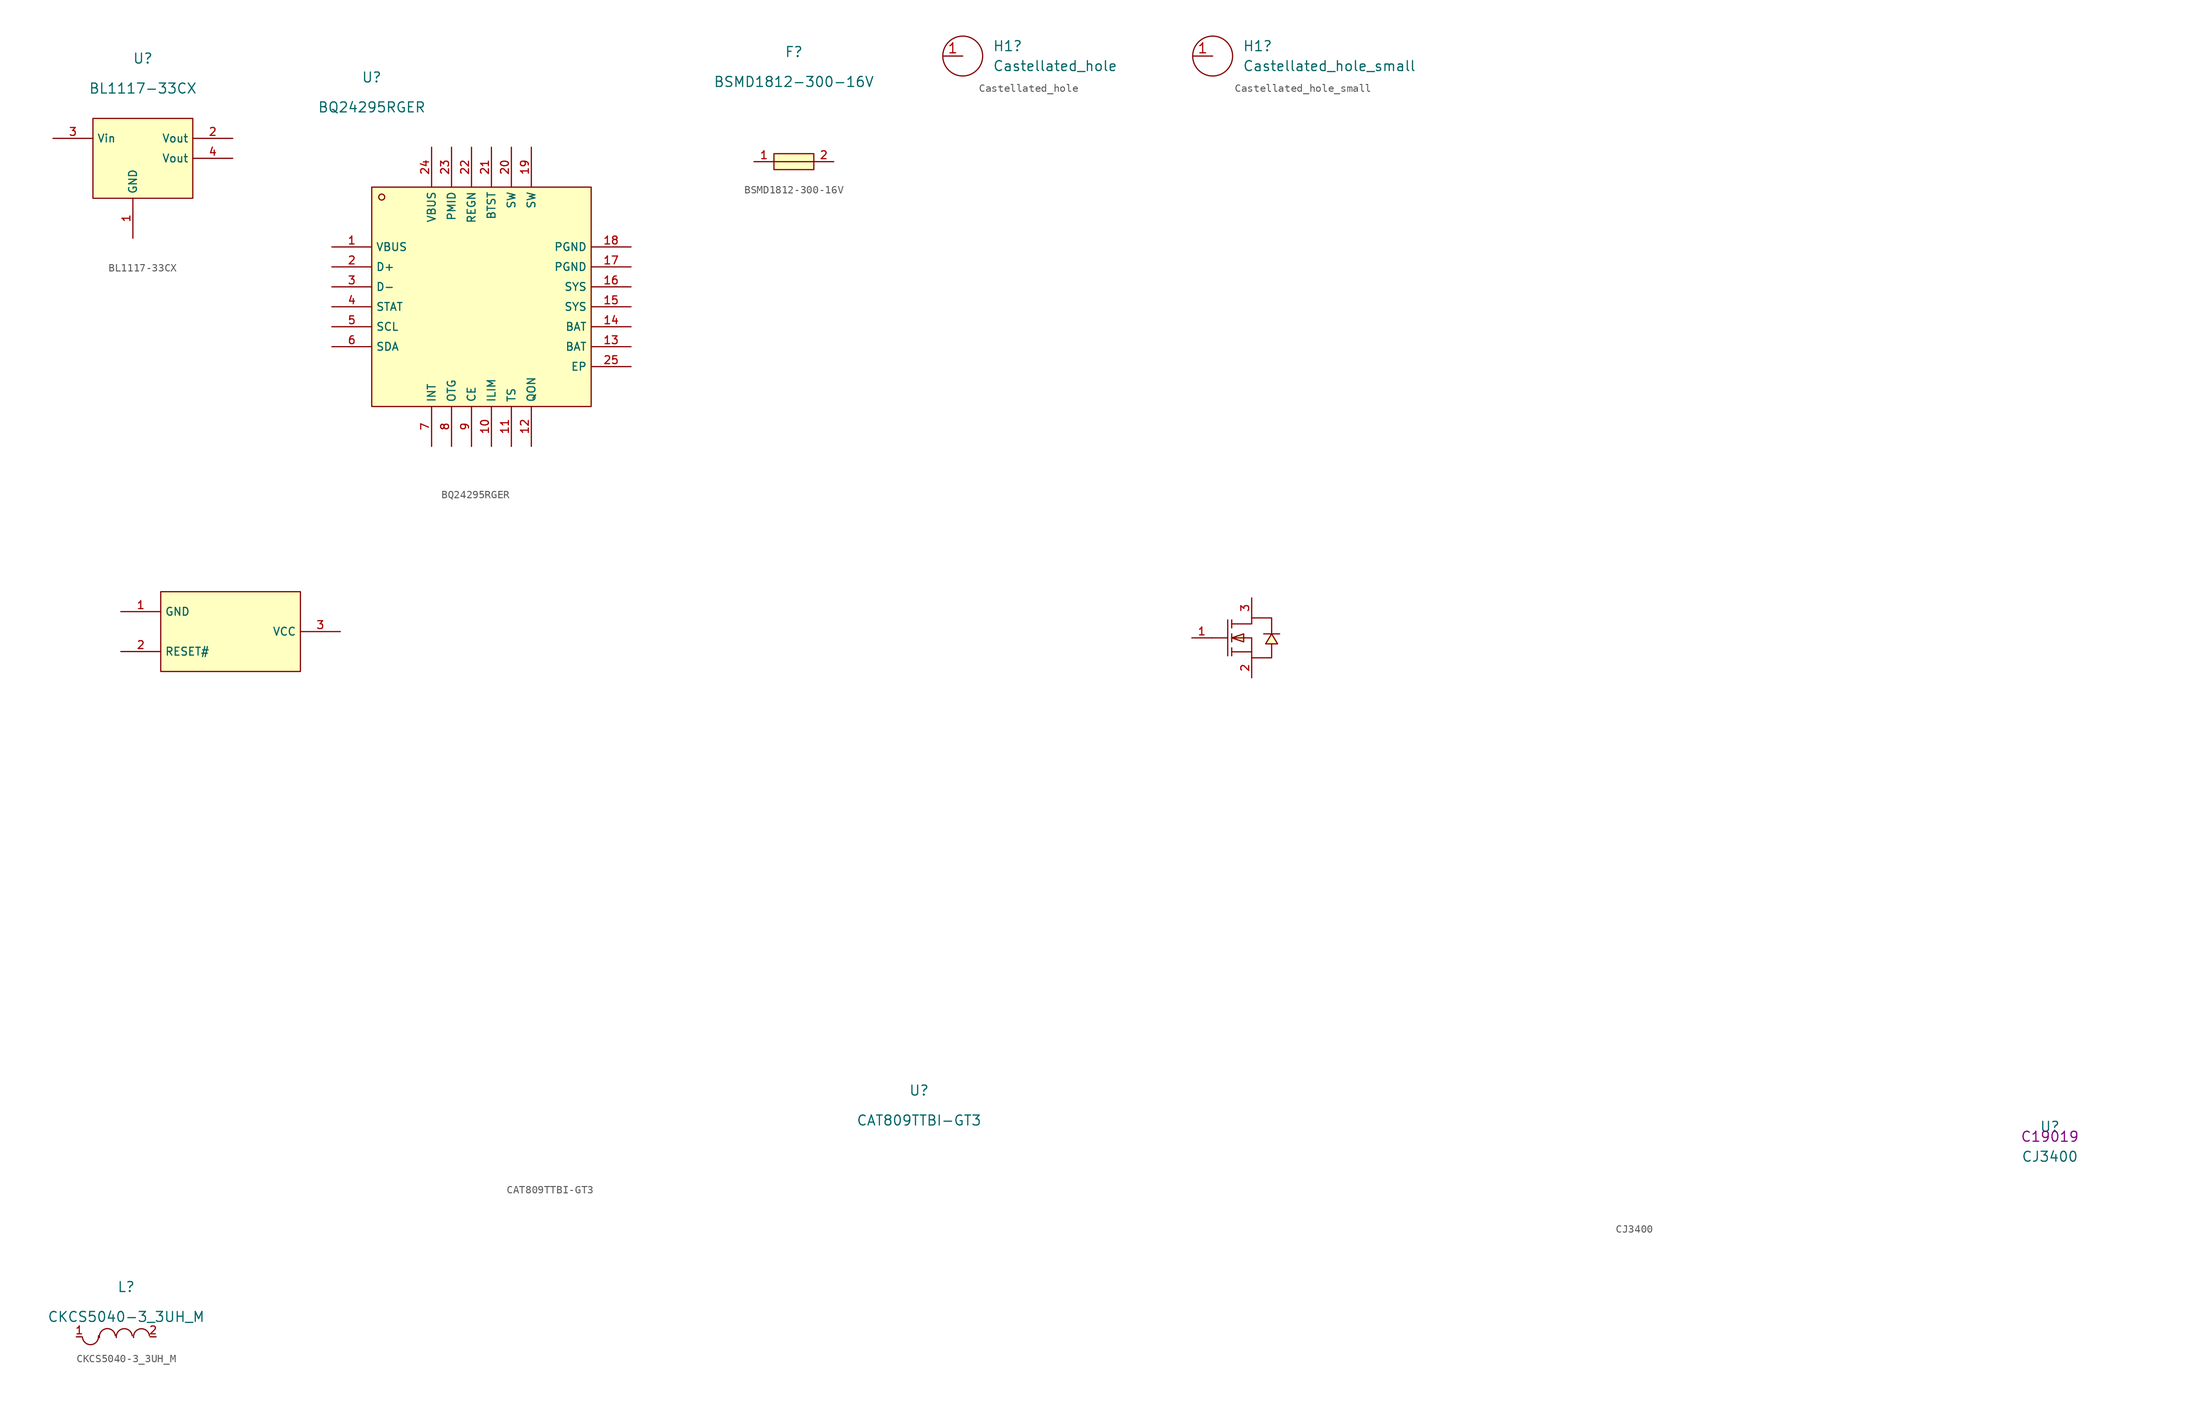
<source format=kicad_sym>
(kicad_symbol_lib
  (version 20220914)
  (generator kicad_symbol_editor)
  (symbol "BL1117-33CX"
    (property "Reference" "U"
      (at 0 1.27 0)
      (effects (font (size 1.27 1.27))))
    (property "Value" "BL1117-33CX"
      (at 0 -2.54 0)
      (effects (font (size 1.27 1.27))))
    (symbol "BL1117-33CX_0_0"
      (rectangle (start -6.35 -6.35) (end 6.35 -16.51) (stroke (width 0) (type default)) (fill (type background)))
      (pin unspecified line (at -1.27 -21.59 90) (length 5.08) (name "GND" (effects (font (size 1 1)))) (number "1" (effects (font (size 1 1)))))
      (pin unspecified line (at 11.43 -8.89 180) (length 5.08) (name "Vout" (effects (font (size 1 1)))) (number "2" (effects (font (size 1 1)))))
      (pin unspecified line (at -11.43 -8.89 0) (length 5.08) (name "Vin" (effects (font (size 1 1)))) (number "3" (effects (font (size 1 1)))))
      (pin unspecified line (at 11.43 -11.43 180) (length 5.08) (name "Vout" (effects (font (size 1 1)))) (number "4" (effects (font (size 1 1)))))))
  (symbol "BQ24295RGER"
    (property "Reference" "U"
      (at 0 1.27 0)
      (effects (font (size 1.27 1.27))))
    (property "Value" "BQ24295RGER"
      (at 0 -2.54 0)
      (effects (font (size 1.27 1.27))))
    (symbol "BQ24295RGER_0_0"
      (rectangle (start 0 -12.7) (end 27.94 -40.64) (stroke (width 0) (type default)) (fill (type background)))
      (circle (center 1.27 -13.97) (radius 0.381) (stroke (width 0) (type default)) (fill (type background)))
      (pin unspecified line (at -5.08 -20.32 0) (length 5.08) (name "VBUS" (effects (font (size 1 1)))) (number "1" (effects (font (size 1 1)))))
      (pin unspecified line (at 15.24 -45.72 90) (length 5.08) (name "ILIM" (effects (font (size 1 1)))) (number "10" (effects (font (size 1 1)))))
      (pin unspecified line (at 17.78 -45.72 90) (length 5.08) (name "TS" (effects (font (size 1 1)))) (number "11" (effects (font (size 1 1)))))
      (pin unspecified line (at 20.32 -45.72 90) (length 5.08) (name "QON" (effects (font (size 1 1)))) (number "12" (effects (font (size 1 1)))))
      (pin unspecified line (at 33.02 -33.02 180) (length 5.08) (name "BAT" (effects (font (size 1 1)))) (number "13" (effects (font (size 1 1)))))
      (pin unspecified line (at 33.02 -30.48 180) (length 5.08) (name "BAT" (effects (font (size 1 1)))) (number "14" (effects (font (size 1 1)))))
      (pin unspecified line (at 33.02 -27.94 180) (length 5.08) (name "SYS" (effects (font (size 1 1)))) (number "15" (effects (font (size 1 1)))))
      (pin unspecified line (at 33.02 -25.4 180) (length 5.08) (name "SYS" (effects (font (size 1 1)))) (number "16" (effects (font (size 1 1)))))
      (pin unspecified line (at 33.02 -22.86 180) (length 5.08) (name "PGND" (effects (font (size 1 1)))) (number "17" (effects (font (size 1 1)))))
      (pin unspecified line (at 33.02 -20.32 180) (length 5.08) (name "PGND" (effects (font (size 1 1)))) (number "18" (effects (font (size 1 1)))))
      (pin unspecified line (at 20.32 -7.62 270) (length 5.08) (name "SW" (effects (font (size 1 1)))) (number "19" (effects (font (size 1 1)))))
      (pin unspecified line (at -5.08 -22.86 0) (length 5.08) (name "D+" (effects (font (size 1 1)))) (number "2" (effects (font (size 1 1)))))
      (pin unspecified line (at 17.78 -7.62 270) (length 5.08) (name "SW" (effects (font (size 1 1)))) (number "20" (effects (font (size 1 1)))))
      (pin unspecified line (at 15.24 -7.62 270) (length 5.08) (name "BTST" (effects (font (size 1 1)))) (number "21" (effects (font (size 1 1)))))
      (pin unspecified line (at 12.7 -7.62 270) (length 5.08) (name "REGN" (effects (font (size 1 1)))) (number "22" (effects (font (size 1 1)))))
      (pin unspecified line (at 10.16 -7.62 270) (length 5.08) (name "PMID" (effects (font (size 1 1)))) (number "23" (effects (font (size 1 1)))))
      (pin unspecified line (at 7.62 -7.62 270) (length 5.08) (name "VBUS" (effects (font (size 1 1)))) (number "24" (effects (font (size 1 1)))))
      (pin unspecified line (at 33.02 -35.56 180) (length 5.08) (name "EP" (effects (font (size 1 1)))) (number "25" (effects (font (size 1 1)))))
      (pin unspecified line (at -5.08 -25.4 0) (length 5.08) (name "D-" (effects (font (size 1 1)))) (number "3" (effects (font (size 1 1)))))
      (pin unspecified line (at -5.08 -27.94 0) (length 5.08) (name "STAT" (effects (font (size 1 1)))) (number "4" (effects (font (size 1 1)))))
      (pin unspecified line (at -5.08 -30.48 0) (length 5.08) (name "SCL" (effects (font (size 1 1)))) (number "5" (effects (font (size 1 1)))))
      (pin unspecified line (at -5.08 -33.02 0) (length 5.08) (name "SDA" (effects (font (size 1 1)))) (number "6" (effects (font (size 1 1)))))
      (pin unspecified line (at 7.62 -45.72 90) (length 5.08) (name "INT" (effects (font (size 1 1)))) (number "7" (effects (font (size 1 1)))))
      (pin unspecified line (at 10.16 -45.72 90) (length 5.08) (name "OTG" (effects (font (size 1 1)))) (number "8" (effects (font (size 1 1)))))
      (pin unspecified line (at 12.7 -45.72 90) (length 5.08) (name "CE" (effects (font (size 1 1)))) (number "9" (effects (font (size 1 1)))))))
  (symbol "BSMD1812-300-16V"
    (pin_names hide)
    (property "Reference" "F"
      (at 0 1.27 0)
      (effects (font (size 1.27 1.27))))
    (property "Value" "BSMD1812-300-16V"
      (at 0 -2.54 0)
      (effects (font (size 1.27 1.27))))
    (symbol "BSMD1812-300-16V_0_0"
      (rectangle (start -2.54 -11.684) (end 2.54 -13.716) (stroke (width 0) (type default)) (fill (type background)))
      (polyline (pts (xy -2.54 -12.7) (xy 2.54 -12.7)) (stroke (width 0) (type default)) (fill (type none)))
      (pin unspecified line (at -5.08 -12.7 0) (length 2.54) (name "1" (effects (font (size 1 1)))) (number "1" (effects (font (size 1 1)))))
      (pin unspecified line (at 5.08 -12.7 180) (length 2.54) (name "2" (effects (font (size 1 1)))) (number "2" (effects (font (size 1 1)))))))
  (symbol "Castellated_hole"
    (property "Reference" "H1"
      (at 6.35 1.27 0)
      (effects (font (size 1.27 1.27)) (justify left)))
    (property "Value" "Castellated_hole"
      (at 6.35 -1.27 0)
      (effects (font (size 1.27 1.27)) (justify left)))
    (symbol "Castellated_hole_0_1"
      (circle (center 2.54 0) (radius 2.54) (stroke (width 0.152) (type default)) (fill (type none))))
    (symbol "Castellated_hole_1_1"
      (pin bidirectional line (at 0 0 0) (length 2.54) (name "" (effects (font (size 1.27 1.27)))) (number "1" (effects (font (size 1.27 1.27)))))))
  (symbol "Castellated_hole_small"
    (property "Reference" "H1"
      (at 6.35 1.27 0)
      (effects (font (size 1.27 1.27)) (justify left)))
    (property "Value" "Castellated_hole_small"
      (at 6.35 -1.27 0)
      (effects (font (size 1.27 1.27)) (justify left)))
    (symbol "Castellated_hole_small_0_1"
      (circle (center 2.54 0) (radius 2.54) (stroke (width 0.152) (type default)) (fill (type none))))
    (symbol "Castellated_hole_small_1_1"
      (pin bidirectional line (at 0 0 0) (length 2.54) (name "" (effects (font (size 1.27 1.27)))) (number "1" (effects (font (size 1.27 1.27)))))))
  (symbol "CAT809TTBI-GT3"
    (property "Reference" "U"
      (at 0 1.27 0)
      (effects (font (size 1.27 1.27))))
    (property "Value" "CAT809TTBI-GT3"
      (at 0 -2.54 0)
      (effects (font (size 1.27 1.27))))
    (symbol "CAT809TTBI-GT3_0_0"
      (rectangle (start -96.52 64.77) (end -78.74 54.61) (stroke (width 0) (type default)) (fill (type background)))
      (pin unspecified line (at -101.6 62.23 0) (length 5.08) (name "GND" (effects (font (size 1 1)))) (number "1" (effects (font (size 1 1)))))
      (pin unspecified line (at -101.6 57.15 0) (length 5.08) (name "RESET#" (effects (font (size 1 1)))) (number "2" (effects (font (size 1 1)))))
      (pin unspecified line (at -73.66 59.69 180) (length 5.08) (name "VCC" (effects (font (size 1 1)))) (number "3" (effects (font (size 1 1)))))))
  (symbol "CJ3400"
    (pin_names hide)
    (property "Reference" "U"
      (at 0 1.27 0)
      (effects (font (size 1.27 1.27))))
    (property "Value" "CJ3400"
      (at 0 -2.54 0)
      (effects (font (size 1.27 1.27))))
    (property "LCSC" "C19019"
      (at 0 0 0)
      (effects (font (size 1.27 1.27))))
    (symbol "CJ3400_0_0"
      (polyline (pts (xy -106.68 63.5) (xy -104.648 63.5)) (stroke (width 0) (type default)) (fill (type none)))
      (polyline (pts (xy -104.648 65.786) (xy -104.648 61.214)) (stroke (width 0) (type default)) (fill (type none)))
      (polyline (pts (xy -104.14 61.214) (xy -104.14 62.23)) (stroke (width 0) (type default)) (fill (type none)))
      (polyline (pts (xy -104.14 62.992) (xy -104.14 64.008)) (stroke (width 0) (type default)) (fill (type none)))
      (polyline (pts (xy -104.14 65.786) (xy -104.14 64.77)) (stroke (width 0) (type default)) (fill (type none)))
      (polyline (pts (xy -101.6 61.722) (xy -104.14 61.722)) (stroke (width 0) (type default)) (fill (type none)))
      (polyline (pts (xy -104.14 63.5) (xy -102.616 62.992) (xy -102.616 64.008) (xy -104.14 63.5)) (stroke (width 0) (type default)) (fill (type background)))
      (polyline (pts (xy -99.06 64.008) (xy -99.822 62.738) (xy -98.298 62.738) (xy -99.06 64.008)) (stroke (width 0) (type default)) (fill (type background)))
      (polyline (pts (xy -98.044 64.008) (xy -98.552 64.008) (xy -99.568 64.008) (xy -100.076 64.008)) (stroke (width 0) (type default)) (fill (type none)))
      (polyline (pts (xy -104.14 63.5) (xy -101.6 63.5) (xy -101.6 60.96) (xy -99.06 60.96) (xy -99.06 62.738)) (stroke (width 0) (type default)) (fill (type none)))
      (polyline (pts (xy -104.14 65.278) (xy -101.6 65.278) (xy -101.6 66.04) (xy -99.06 66.04) (xy -99.06 64.008)) (stroke (width 0) (type default)) (fill (type none)))
      (pin unspecified line (at -109.22 63.5 0) (length 2.54) (name "G" (effects (font (size 1 1)))) (number "1" (effects (font (size 1 1)))))
      (pin unspecified line (at -101.6 58.42 90) (length 2.54) (name "S" (effects (font (size 1 1)))) (number "2" (effects (font (size 1 1)))))
      (pin unspecified line (at -101.6 68.58 270) (length 2.54) (name "D" (effects (font (size 1 1)))) (number "3" (effects (font (size 1 1)))))))
  (symbol "CKCS5040-3_3UH_M"
    (pin_names hide)
    (property "Reference" "L"
      (at 0 5.08 0)
      (effects (font (size 1.27 1.27))))
    (property "Value" "CKCS5040-3_3UH_M"
      (at 0 1.27 0)
      (effects (font (size 1.27 1.27))))
    (symbol "CKCS5040-3_3UH_M_0_0"
      (arc (start -5.5559 -1.371) (mid -4.4291 -2.2623) (end -3.5376 -1.1355) (stroke (width 0) (type default)) (fill (type none)))
      (arc (start -1.3829 -1.1349) (mid -2.5097 -0.2438) (end -3.4012 -1.3703) (stroke (width 0) (type default)) (fill (type none)))
      (arc (start 0.7677 -1.1349) (mid -0.3591 -0.2438) (end -1.2506 -1.3703) (stroke (width 0) (type default)) (fill (type none)))
      (arc (start 2.9605 -1.1354) (mid 1.8337 -0.2443) (end 0.9422 -1.3708) (stroke (width 0) (type default)) (fill (type none)))
      (pin unspecified line (at -6.35 -1.27 0) (length 0.762) (name "1" (effects (font (size 1 1)))) (number "1" (effects (font (size 1 1)))))
      (pin unspecified line (at 3.81 -1.27 180) (length 0.762) (name "2" (effects (font (size 1 1)))) (number "2" (effects (font (size 1 1))))))))
</source>
